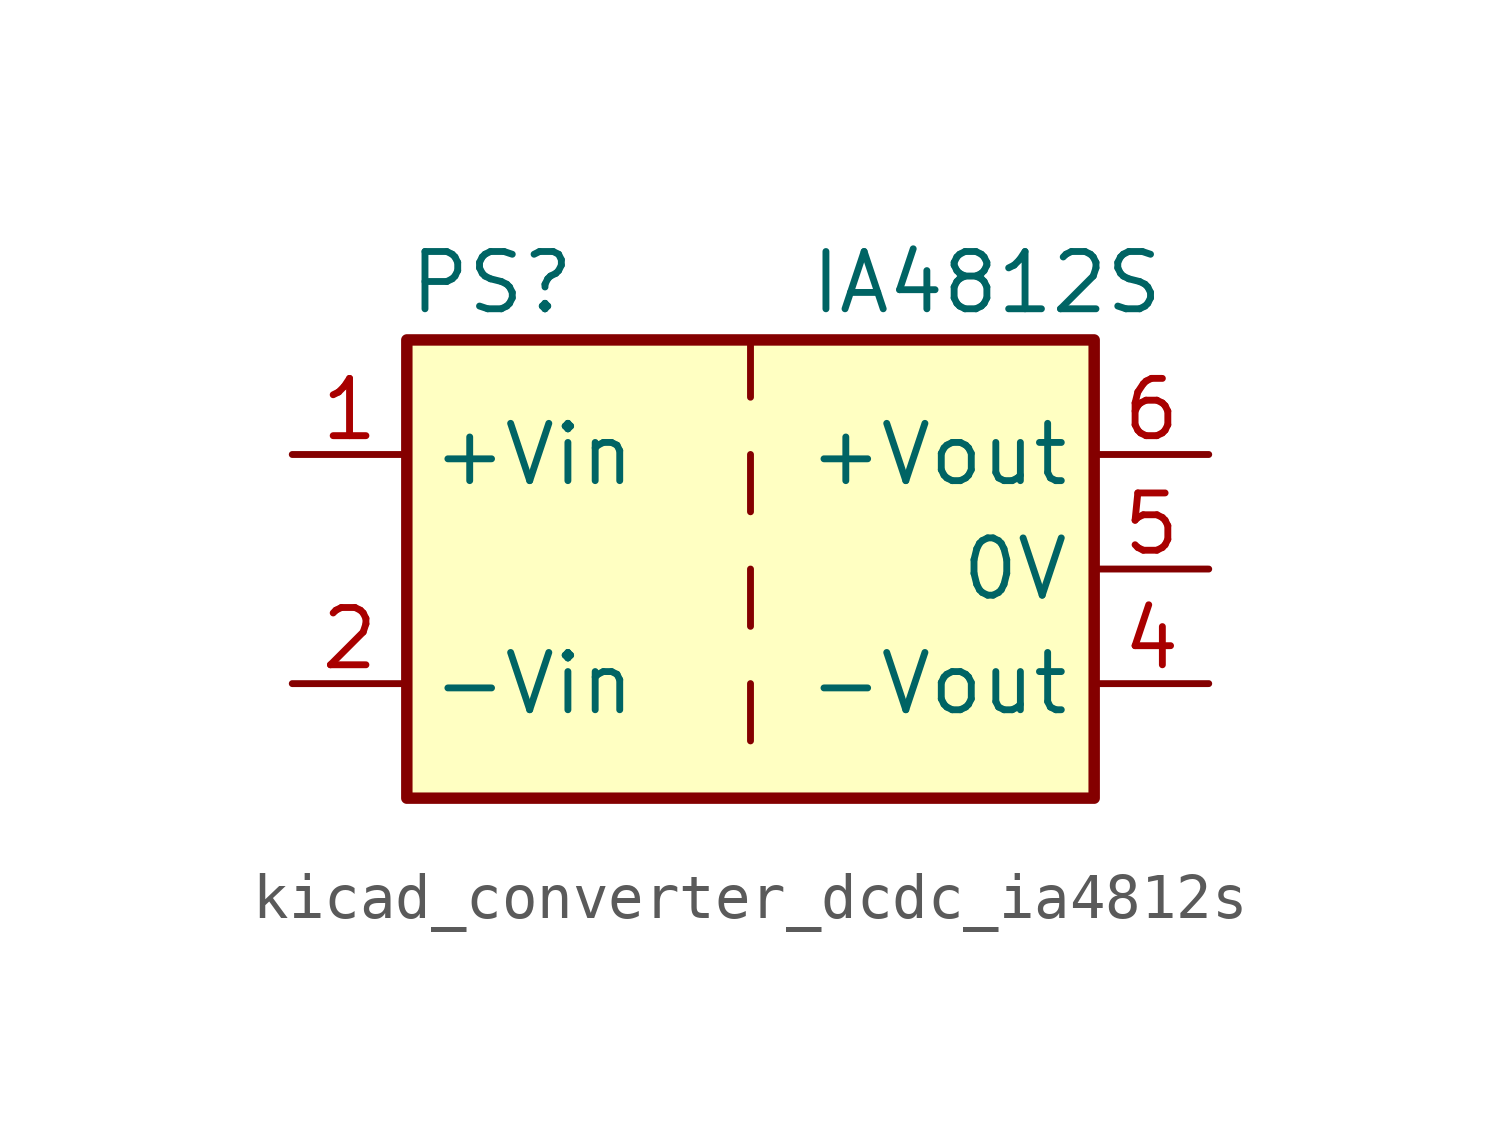
<source format=kicad_sym>
(kicad_symbol_lib
  (version 20220914)
  (generator kicad_symbol_editor)
  (symbol "kicad_converter_dcdc_ia4812s"
    (property "Reference" "PS"
      (at -7.62 6.35 0)
      (effects (font (size 1.27 1.27)) (justify left)))
    (property "Value" "IA4812S"
      (at 1.27 6.35 0)
      (effects (font (size 1.27 1.27)) (justify left)))
    (symbol "kicad_converter_dcdc_ia4812s_0_0"
      (pin power_in line (at -10.16 2.54 0) (length 2.54) (name "+Vin" (effects (font (size 1.27 1.27)))) (number "1" (effects (font (size 1.27 1.27)))))
      (pin power_in line (at -10.16 -2.54 0) (length 2.54) (name "-Vin" (effects (font (size 1.27 1.27)))) (number "2" (effects (font (size 1.27 1.27)))))
      (pin power_out line (at 10.16 -2.54 180) (length 2.54) (name "-Vout" (effects (font (size 1.27 1.27)))) (number "4" (effects (font (size 1.27 1.27)))))
      (pin power_out line (at 10.16 0 180) (length 2.54) (name "0V" (effects (font (size 1.27 1.27)))) (number "5" (effects (font (size 1.27 1.27)))))
      (pin power_out line (at 10.16 2.54 180) (length 2.54) (name "+Vout" (effects (font (size 1.27 1.27)))) (number "6" (effects (font (size 1.27 1.27))))))
    (symbol "kicad_converter_dcdc_ia4812s_0_1"
      (rectangle (start -7.62 5.08) (end 7.62 -5.08) (stroke (width 0.254) (type default)) (fill (type background)))
      (polyline (pts (xy 0 -2.54) (xy 0 -3.81)) (stroke (width 0) (type default)) (fill (type none)))
      (polyline (pts (xy 0 0) (xy 0 -1.27)) (stroke (width 0) (type default)) (fill (type none)))
      (polyline (pts (xy 0 2.54) (xy 0 1.27)) (stroke (width 0) (type default)) (fill (type none)))
      (polyline (pts (xy 0 5.08) (xy 0 3.81)) (stroke (width 0) (type default)) (fill (type none))))))
</source>
